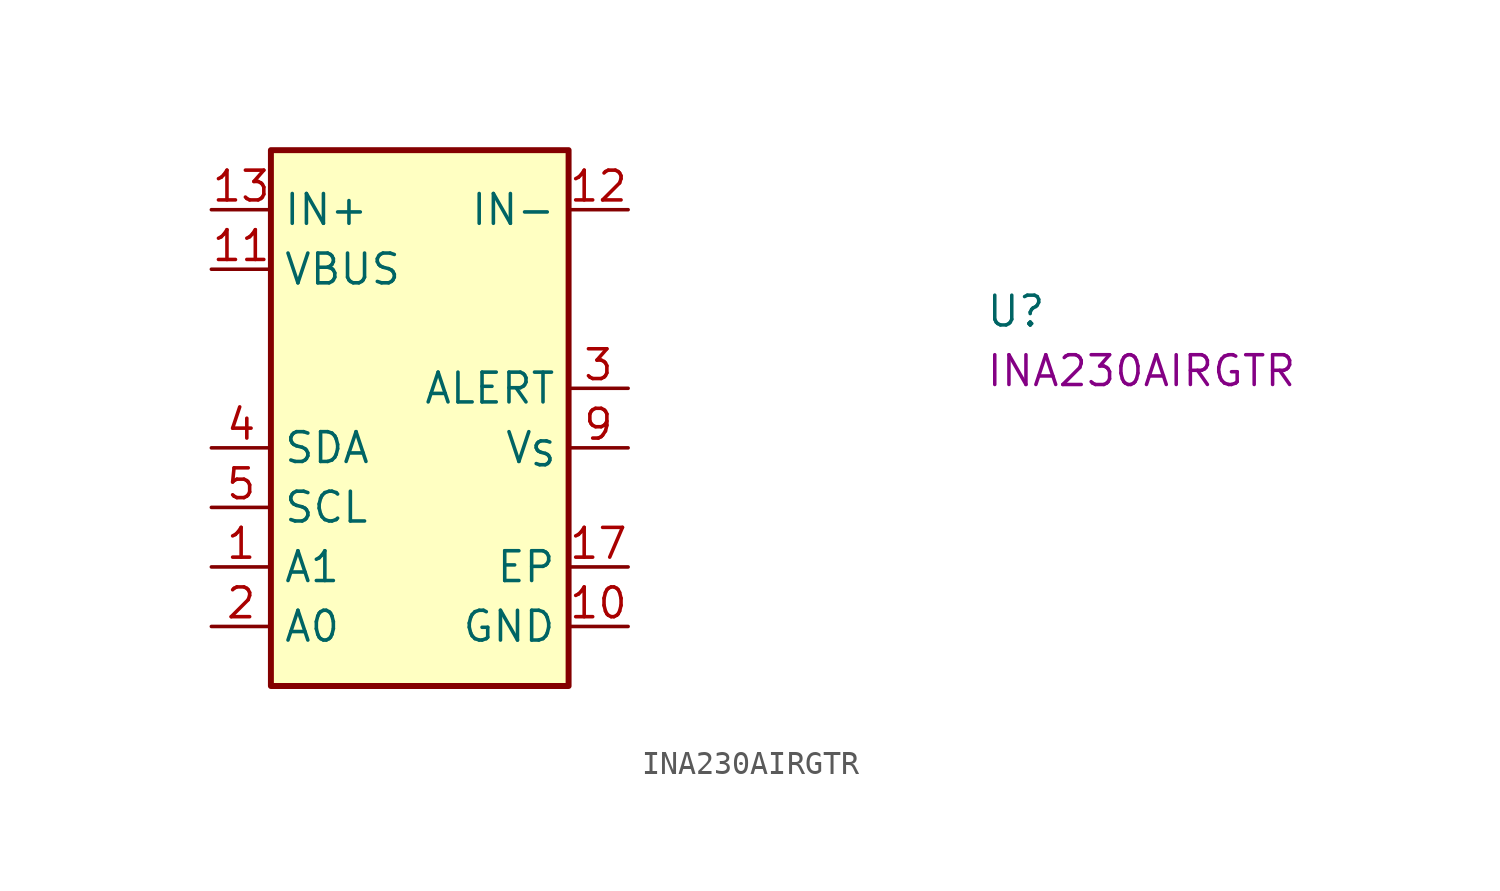
<source format=kicad_sym>
(kicad_symbol_lib
  (version 20220914)
  (generator kicad_symbol_editor)
  (symbol "INA230AIRGTR"
    (property "Reference" "U"
      (at 33.02 -5.08 0)
      (effects (font (size 1.27 1.27) (thickness 0.15)) (justify left bottom)))
    (property "MPN" "INA230AIRGTR"
      (at 33.02 -7.62 0)
      (effects (font (size 1.27 1.27) (thickness 0.15)) (justify left bottom)))
    (symbol "INA230AIRGTR_1_1"
      (rectangle (start 2.54 2.54) (end 15.24 -20.32) (stroke (width 0.254) (type default)) (fill (type background)))
      (pin input line (at 0 -15.24 0) (length 2.54) (name "A1" (effects (font (size 1.27 1.27)))) (number "1" (effects (font (size 1.27 1.27)))))
      (pin power_in line (at 17.78 -17.78 180) (length 2.54) (name "GND" (effects (font (size 1.27 1.27)))) (number "10" (effects (font (size 1.27 1.27)))))
      (pin passive line (at 0 -2.54 0) (length 2.54) (name "VBUS" (effects (font (size 1.27 1.27)))) (number "11" (effects (font (size 1.27 1.27)))))
      (pin passive line (at 17.78 0 180) (length 2.54) (name "IN-" (effects (font (size 1.27 1.27)))) (number "12" (effects (font (size 1.27 1.27)))))
      (pin passive line (at 0 0 0) (length 2.54) (name "IN+" (effects (font (size 1.27 1.27)))) (number "13" (effects (font (size 1.27 1.27)))))
      (pin no_connect line (at 2.54 -6.35 0) (length 2.54) hide (name "NC" (effects (font (size 1.27 1.27)))) (number "14" (effects (font (size 1.27 1.27)))))
      (pin no_connect line (at 7.62 2.54 270) (length 2.54) hide (name "NC" (effects (font (size 1.27 1.27)))) (number "15" (effects (font (size 1.27 1.27)))))
      (pin no_connect line (at 15.24 -3.81 180) (length 2.54) hide (name "NC" (effects (font (size 1.27 1.27)))) (number "16" (effects (font (size 1.27 1.27)))))
      (pin unspecified line (at 17.78 -15.24 180) (length 2.54) (name "EP" (effects (font (size 1.27 1.27)))) (number "17" (effects (font (size 1.27 1.27)))))
      (pin input line (at 0 -17.78 0) (length 2.54) (name "A0" (effects (font (size 1.27 1.27)))) (number "2" (effects (font (size 1.27 1.27)))))
      (pin open_collector line (at 17.78 -7.62 180) (length 2.54) (name "ALERT" (effects (font (size 1.27 1.27)))) (number "3" (effects (font (size 1.27 1.27)))))
      (pin open_collector line (at 0 -10.16 0) (length 2.54) (name "SDA" (effects (font (size 1.27 1.27)))) (number "4" (effects (font (size 1.27 1.27)))))
      (pin open_collector line (at 0 -12.7 0) (length 2.54) (name "SCL" (effects (font (size 1.27 1.27)))) (number "5" (effects (font (size 1.27 1.27)))))
      (pin no_connect line (at 2.54 -5.08 0) (length 2.54) hide (name "NC" (effects (font (size 1.27 1.27)))) (number "6" (effects (font (size 1.27 1.27)))))
      (pin no_connect line (at 2.54 -7.62 0) (length 2.54) hide (name "NC" (effects (font (size 1.27 1.27)))) (number "7" (effects (font (size 1.27 1.27)))))
      (pin no_connect line (at 15.24 -2.54 180) (length 2.54) hide (name "NC" (effects (font (size 1.27 1.27)))) (number "8" (effects (font (size 1.27 1.27)))))
      (pin power_in line (at 17.78 -10.16 180) (length 2.54) (name "V_{S}" (effects (font (size 1.27 1.27)))) (number "9" (effects (font (size 1.27 1.27))))))))
</source>
